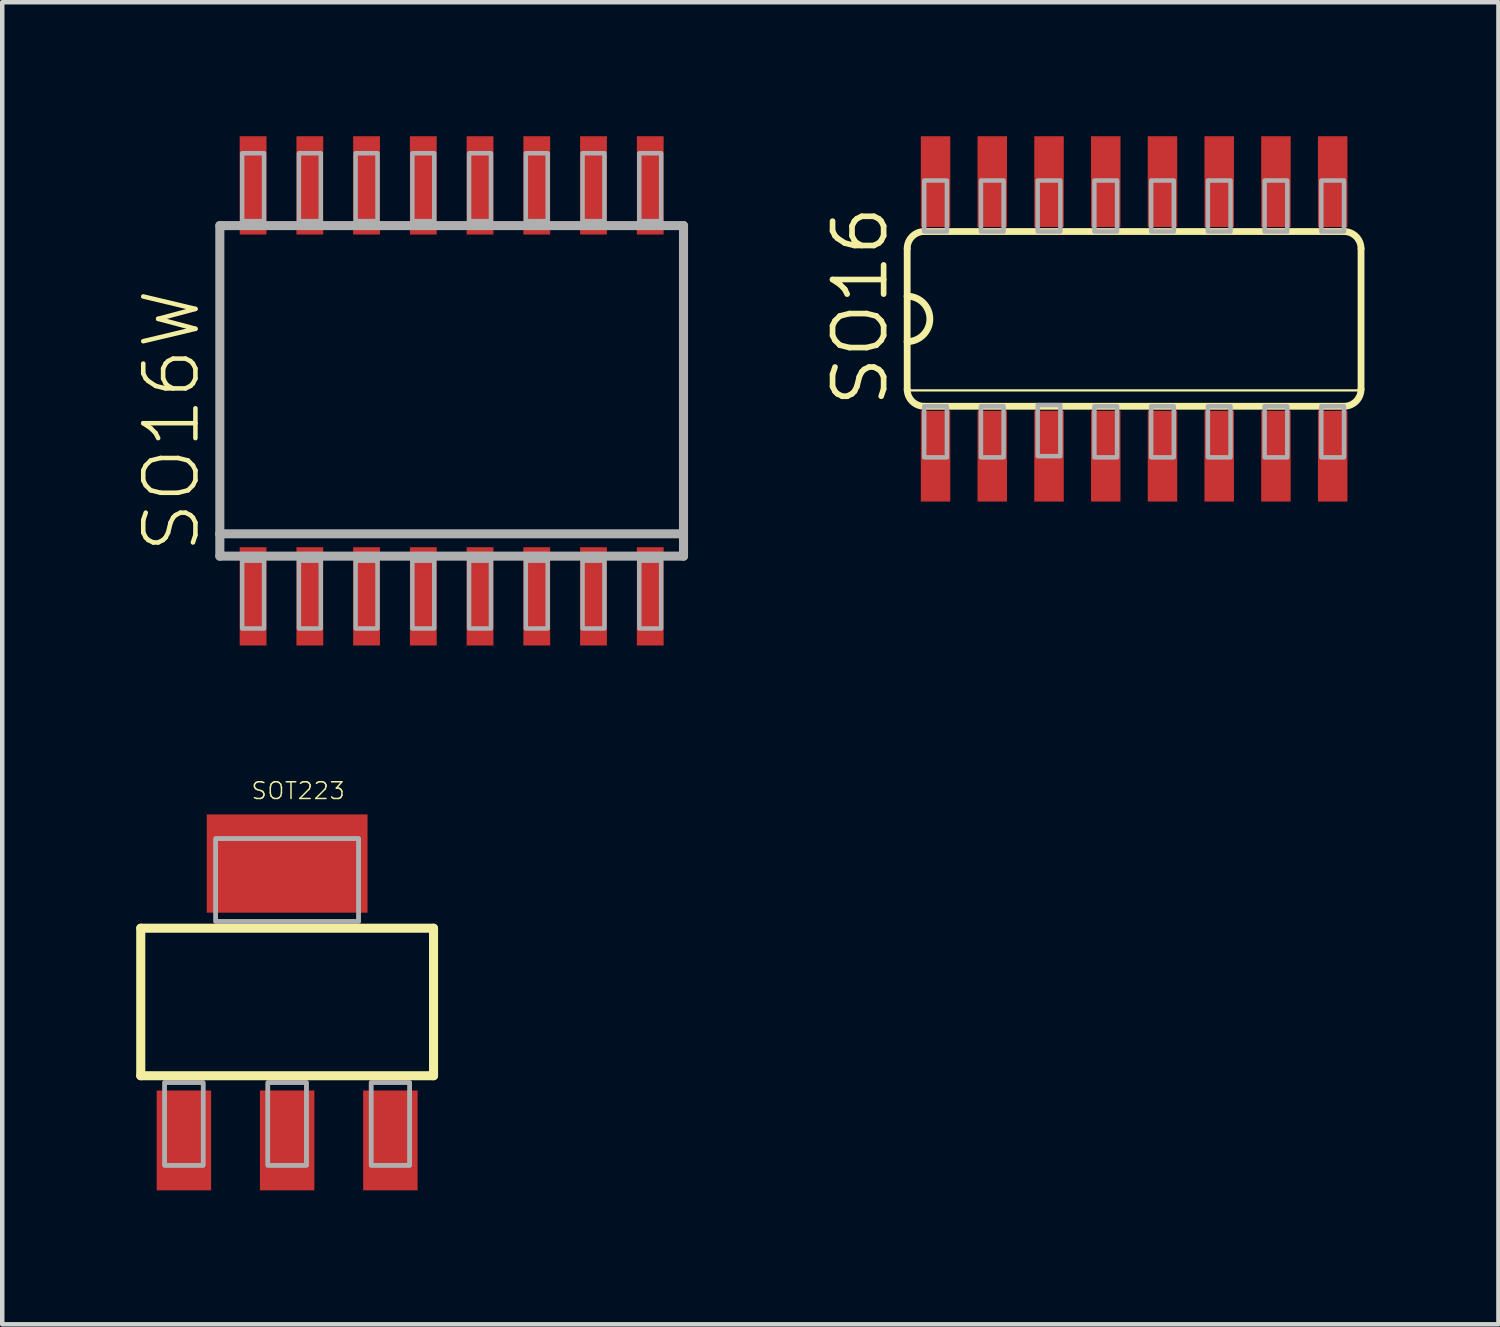
<source format=kicad_pcb>
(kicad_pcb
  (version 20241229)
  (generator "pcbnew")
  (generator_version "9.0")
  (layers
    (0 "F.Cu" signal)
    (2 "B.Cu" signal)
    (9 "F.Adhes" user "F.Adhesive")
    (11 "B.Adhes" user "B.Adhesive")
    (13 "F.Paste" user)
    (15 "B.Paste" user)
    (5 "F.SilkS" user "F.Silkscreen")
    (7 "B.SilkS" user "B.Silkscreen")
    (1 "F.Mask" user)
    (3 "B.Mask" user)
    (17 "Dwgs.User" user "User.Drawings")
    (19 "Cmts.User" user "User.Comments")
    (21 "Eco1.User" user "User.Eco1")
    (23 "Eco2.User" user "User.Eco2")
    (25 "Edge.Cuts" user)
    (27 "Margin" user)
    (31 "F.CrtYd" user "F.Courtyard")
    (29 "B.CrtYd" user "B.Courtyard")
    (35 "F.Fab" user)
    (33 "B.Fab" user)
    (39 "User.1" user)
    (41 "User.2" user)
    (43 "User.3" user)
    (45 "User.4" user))
  (footprint "SOT223"
    (layer "F.Cu")
    (at 3.378 19.38)
    (property "Reference" "SOT223" (at -0.826 -4.508 0) (layer "F.SilkS") (effects (font (size 0.374 0.374) (thickness 0.033)) (justify left bottom)))
    (fp_line (start -3.277 -1.651) (end 3.277 -1.651) (stroke (width 0.203) (type solid)) (layer "F.SilkS"))
    (fp_line (start -3.277 1.651) (end -3.277 -1.651) (stroke (width 0.203) (type solid)) (layer "F.SilkS"))
    (fp_line (start 3.277 -1.651) (end 3.277 1.651) (stroke (width 0.203) (type solid)) (layer "F.SilkS"))
    (fp_line (start 3.277 1.651) (end -3.277 1.651) (stroke (width 0.203) (type solid)) (layer "F.SilkS"))
    (fp_poly (pts (xy -2.743 3.658) (xy -1.88 3.658) (xy -1.88 1.803) (xy -2.743 1.803)) (stroke (width 0.1) (type default)) (fill no) (layer "F.Fab"))
    (fp_poly (pts (xy -2.743 3.658) (xy -1.88 3.658) (xy -1.88 1.803) (xy -2.743 1.803)) (stroke (width 0.1) (type default)) (fill no) (layer "F.Fab"))
    (fp_poly (pts (xy -1.6 -1.803) (xy 1.6 -1.803) (xy 1.6 -3.658) (xy -1.6 -3.658)) (stroke (width 0.1) (type default)) (fill no) (layer "F.Fab"))
    (fp_poly (pts (xy -1.6 -1.803) (xy 1.6 -1.803) (xy 1.6 -3.658) (xy -1.6 -3.658)) (stroke (width 0.1) (type default)) (fill no) (layer "F.Fab"))
    (fp_poly (pts (xy -0.432 3.658) (xy 0.432 3.658) (xy 0.432 1.803) (xy -0.432 1.803)) (stroke (width 0.1) (type default)) (fill no) (layer "F.Fab"))
    (fp_poly (pts (xy -0.432 3.658) (xy 0.432 3.658) (xy 0.432 1.803) (xy -0.432 1.803)) (stroke (width 0.1) (type default)) (fill no) (layer "F.Fab"))
    (fp_poly (pts (xy 1.88 3.658) (xy 2.743 3.658) (xy 2.743 1.803) (xy 1.88 1.803)) (stroke (width 0.1) (type default)) (fill no) (layer "F.Fab"))
    (fp_poly (pts (xy 1.88 3.658) (xy 2.743 3.658) (xy 2.743 1.803) (xy 1.88 1.803)) (stroke (width 0.1) (type default)) (fill no) (layer "F.Fab"))
    (pad "1" smd rect (at -2.311 3.099) (size 1.219 2.235) (layers "F.Cu" "F.Mask" "F.Paste"))
    (pad "2" smd rect (at 0 3.099) (size 1.219 2.235) (layers "F.Cu" "F.Mask" "F.Paste"))
    (pad "3" smd rect (at 2.311 3.099) (size 1.219 2.235) (layers "F.Cu" "F.Mask" "F.Paste"))
    (pad "4" smd rect (at 0 -3.099) (size 3.6 2.2) (layers "F.Cu" "F.Mask" "F.Paste")))
  (footprint "SO16"
    (layer "F.Cu")
    (at 22.338 4.089)
    (property "Reference" "SO16" (at -5.461 2.032 90) (layer "F.SilkS") (effects (font (size 1.143 1.143) (thickness 0.127)) (justify left bottom)))
    (fp_line (start -5.08 -1.575) (end -5.08 -0.508) (stroke (width 0.152) (type solid)) (layer "F.SilkS"))
    (fp_line (start -5.08 -0.508) (end -5.08 0.508) (stroke (width 0.152) (type solid)) (layer "F.SilkS"))
    (fp_line (start -5.08 0.508) (end -5.08 1.575) (stroke (width 0.152) (type solid)) (layer "F.SilkS"))
    (fp_line (start -5.08 1.6) (end 5.08 1.6) (stroke (width 0.051) (type solid)) (layer "F.SilkS"))
    (fp_line (start -4.699 1.956) (end 4.699 1.956) (stroke (width 0.152) (type solid)) (layer "F.SilkS"))
    (fp_line (start 4.699 -1.956) (end -4.699 -1.956) (stroke (width 0.152) (type solid)) (layer "F.SilkS"))
    (fp_line (start 5.08 1.575) (end 5.08 -1.575) (stroke (width 0.152) (type solid)) (layer "F.SilkS"))
    (fp_arc (start -5.08 -1.5748) (mid -4.968408 -1.844208) (end -4.699 -1.9558) (stroke (width 0.1524) (type solid)) (layer "F.SilkS"))
    (fp_arc (start -5.08 -0.508) (mid -4.572 0) (end -5.08 0.508) (stroke (width 0.1524) (type solid)) (layer "F.SilkS"))
    (fp_arc (start -4.699 1.9558) (mid -4.968408 1.844208) (end -5.08 1.5748) (stroke (width 0.1524) (type solid)) (layer "F.SilkS"))
    (fp_arc (start 4.699 -1.9558) (mid 4.968408 -1.844208) (end 5.08 -1.5748) (stroke (width 0.1524) (type solid)) (layer "F.SilkS"))
    (fp_arc (start 5.08 1.5748) (mid 4.968408 1.844208) (end 4.699 1.9558) (stroke (width 0.1524) (type solid)) (layer "F.SilkS"))
    (fp_poly (pts (xy -4.699 -1.956) (xy -4.191 -1.956) (xy -4.191 -3.099) (xy -4.699 -3.099)) (stroke (width 0.1) (type default)) (fill no) (layer "F.Fab"))
    (fp_poly (pts (xy -4.699 3.099) (xy -4.191 3.099) (xy -4.191 1.956) (xy -4.699 1.956)) (stroke (width 0.1) (type default)) (fill no) (layer "F.Fab"))
    (fp_poly (pts (xy -3.429 -1.956) (xy -2.921 -1.956) (xy -2.921 -3.099) (xy -3.429 -3.099)) (stroke (width 0.1) (type default)) (fill no) (layer "F.Fab"))
    (fp_poly (pts (xy -3.429 3.099) (xy -2.921 3.099) (xy -2.921 1.956) (xy -3.429 1.956)) (stroke (width 0.1) (type default)) (fill no) (layer "F.Fab"))
    (fp_poly (pts (xy -2.159 -1.956) (xy -1.651 -1.956) (xy -1.651 -3.099) (xy -2.159 -3.099)) (stroke (width 0.1) (type default)) (fill no) (layer "F.Fab"))
    (fp_poly (pts (xy -2.159 3.073) (xy -1.651 3.073) (xy -1.651 1.93) (xy -2.159 1.93)) (stroke (width 0.1) (type default)) (fill no) (layer "F.Fab"))
    (fp_poly (pts (xy -0.889 -1.956) (xy -0.381 -1.956) (xy -0.381 -3.099) (xy -0.889 -3.099)) (stroke (width 0.1) (type default)) (fill no) (layer "F.Fab"))
    (fp_poly (pts (xy -0.889 3.099) (xy -0.381 3.099) (xy -0.381 1.956) (xy -0.889 1.956)) (stroke (width 0.1) (type default)) (fill no) (layer "F.Fab"))
    (fp_poly (pts (xy 0.381 -1.956) (xy 0.889 -1.956) (xy 0.889 -3.099) (xy 0.381 -3.099)) (stroke (width 0.1) (type default)) (fill no) (layer "F.Fab"))
    (fp_poly (pts (xy 0.381 3.099) (xy 0.889 3.099) (xy 0.889 1.956) (xy 0.381 1.956)) (stroke (width 0.1) (type default)) (fill no) (layer "F.Fab"))
    (fp_poly (pts (xy 1.651 -1.956) (xy 2.159 -1.956) (xy 2.159 -3.099) (xy 1.651 -3.099)) (stroke (width 0.1) (type default)) (fill no) (layer "F.Fab"))
    (fp_poly (pts (xy 1.651 3.099) (xy 2.159 3.099) (xy 2.159 1.956) (xy 1.651 1.956)) (stroke (width 0.1) (type default)) (fill no) (layer "F.Fab"))
    (fp_poly (pts (xy 2.921 -1.956) (xy 3.429 -1.956) (xy 3.429 -3.099) (xy 2.921 -3.099)) (stroke (width 0.1) (type default)) (fill no) (layer "F.Fab"))
    (fp_poly (pts (xy 2.921 3.099) (xy 3.429 3.099) (xy 3.429 1.956) (xy 2.921 1.956)) (stroke (width 0.1) (type default)) (fill no) (layer "F.Fab"))
    (fp_poly (pts (xy 4.191 -1.956) (xy 4.699 -1.956) (xy 4.699 -3.099) (xy 4.191 -3.099)) (stroke (width 0.1) (type default)) (fill no) (layer "F.Fab"))
    (fp_poly (pts (xy 4.191 3.099) (xy 4.699 3.099) (xy 4.699 1.956) (xy 4.191 1.956)) (stroke (width 0.1) (type default)) (fill no) (layer "F.Fab"))
    (pad "1" smd rect (at -4.445 3.073) (size 0.66 2.032) (layers "F.Cu" "F.Mask" "F.Paste"))
    (pad "2" smd rect (at -3.175 3.073) (size 0.66 2.032) (layers "F.Cu" "F.Mask" "F.Paste"))
    (pad "3" smd rect (at -1.905 3.073) (size 0.66 2.032) (layers "F.Cu" "F.Mask" "F.Paste"))
    (pad "4" smd rect (at -0.635 3.073) (size 0.66 2.032) (layers "F.Cu" "F.Mask" "F.Paste"))
    (pad "5" smd rect (at 0.635 3.073) (size 0.66 2.032) (layers "F.Cu" "F.Mask" "F.Paste"))
    (pad "6" smd rect (at 1.905 3.073) (size 0.66 2.032) (layers "F.Cu" "F.Mask" "F.Paste"))
    (pad "7" smd rect (at 3.175 3.073) (size 0.66 2.032) (layers "F.Cu" "F.Mask" "F.Paste"))
    (pad "8" smd rect (at 4.445 3.073) (size 0.66 2.032) (layers "F.Cu" "F.Mask" "F.Paste"))
    (pad "9" smd rect (at 4.445 -3.073) (size 0.66 2.032) (layers "F.Cu" "F.Mask" "F.Paste"))
    (pad "10" smd rect (at 3.175 -3.073) (size 0.66 2.032) (layers "F.Cu" "F.Mask" "F.Paste"))
    (pad "11" smd rect (at 1.905 -3.073) (size 0.66 2.032) (layers "F.Cu" "F.Mask" "F.Paste"))
    (pad "12" smd rect (at 0.635 -3.073) (size 0.66 2.032) (layers "F.Cu" "F.Mask" "F.Paste"))
    (pad "13" smd rect (at -0.635 -3.073) (size 0.66 2.032) (layers "F.Cu" "F.Mask" "F.Paste"))
    (pad "14" smd rect (at -1.905 -3.073) (size 0.66 2.032) (layers "F.Cu" "F.Mask" "F.Paste"))
    (pad "15" smd rect (at -3.175 -3.073) (size 0.66 2.032) (layers "F.Cu" "F.Mask" "F.Paste"))
    (pad "16" smd rect (at -4.445 -3.073) (size 0.66 2.032) (layers "F.Cu" "F.Mask" "F.Paste")))
  (footprint "SO16W"
    (layer "F.Cu")
    (at 7.061 5.7)
    (property "Reference" "SO16W" (at -5.588 3.683 90) (layer "F.SilkS") (effects (font (size 1.168 1.168) (thickness 0.102)) (justify left bottom)))
    (fp_line (start -5.19 -3.7) (end 5.19 -3.7) (stroke (width 0.203) (type solid)) (layer "F.Fab"))
    (fp_line (start -5.19 3.2) (end -5.19 -3.7) (stroke (width 0.203) (type solid)) (layer "F.Fab"))
    (fp_line (start -5.19 3.7) (end -5.19 3.2) (stroke (width 0.203) (type solid)) (layer "F.Fab"))
    (fp_line (start 5.19 -3.7) (end 5.19 3.2) (stroke (width 0.203) (type solid)) (layer "F.Fab"))
    (fp_line (start 5.19 3.2) (end -5.19 3.2) (stroke (width 0.203) (type solid)) (layer "F.Fab"))
    (fp_line (start 5.19 3.2) (end 5.19 3.7) (stroke (width 0.203) (type solid)) (layer "F.Fab"))
    (fp_line (start 5.19 3.7) (end -5.19 3.7) (stroke (width 0.203) (type solid)) (layer "F.Fab"))
    (fp_poly (pts (xy -4.69 -3.8) (xy -4.2 -3.8) (xy -4.2 -5.32) (xy -4.69 -5.32)) (stroke (width 0.1) (type default)) (fill no) (layer "F.Fab"))
    (fp_poly (pts (xy -4.69 5.32) (xy -4.2 5.32) (xy -4.2 3.8) (xy -4.69 3.8)) (stroke (width 0.1) (type default)) (fill no) (layer "F.Fab"))
    (fp_poly (pts (xy -3.42 -3.8) (xy -2.93 -3.8) (xy -2.93 -5.32) (xy -3.42 -5.32)) (stroke (width 0.1) (type default)) (fill no) (layer "F.Fab"))
    (fp_poly (pts (xy -3.42 5.32) (xy -2.93 5.32) (xy -2.93 3.8) (xy -3.42 3.8)) (stroke (width 0.1) (type default)) (fill no) (layer "F.Fab"))
    (fp_poly (pts (xy -2.15 -3.8) (xy -1.66 -3.8) (xy -1.66 -5.32) (xy -2.15 -5.32)) (stroke (width 0.1) (type default)) (fill no) (layer "F.Fab"))
    (fp_poly (pts (xy -2.15 5.32) (xy -1.66 5.32) (xy -1.66 3.8) (xy -2.15 3.8)) (stroke (width 0.1) (type default)) (fill no) (layer "F.Fab"))
    (fp_poly (pts (xy -0.88 -3.8) (xy -0.39 -3.8) (xy -0.39 -5.32) (xy -0.88 -5.32)) (stroke (width 0.1) (type default)) (fill no) (layer "F.Fab"))
    (fp_poly (pts (xy -0.88 5.32) (xy -0.39 5.32) (xy -0.39 3.8) (xy -0.88 3.8)) (stroke (width 0.1) (type default)) (fill no) (layer "F.Fab"))
    (fp_poly (pts (xy 0.39 -3.8) (xy 0.88 -3.8) (xy 0.88 -5.32) (xy 0.39 -5.32)) (stroke (width 0.1) (type default)) (fill no) (layer "F.Fab"))
    (fp_poly (pts (xy 0.39 5.32) (xy 0.88 5.32) (xy 0.88 3.8) (xy 0.39 3.8)) (stroke (width 0.1) (type default)) (fill no) (layer "F.Fab"))
    (fp_poly (pts (xy 1.66 -3.8) (xy 2.15 -3.8) (xy 2.15 -5.32) (xy 1.66 -5.32)) (stroke (width 0.1) (type default)) (fill no) (layer "F.Fab"))
    (fp_poly (pts (xy 1.66 5.32) (xy 2.15 5.32) (xy 2.15 3.8) (xy 1.66 3.8)) (stroke (width 0.1) (type default)) (fill no) (layer "F.Fab"))
    (fp_poly (pts (xy 2.93 -3.8) (xy 3.42 -3.8) (xy 3.42 -5.32) (xy 2.93 -5.32)) (stroke (width 0.1) (type default)) (fill no) (layer "F.Fab"))
    (fp_poly (pts (xy 2.93 5.32) (xy 3.42 5.32) (xy 3.42 3.8) (xy 2.93 3.8)) (stroke (width 0.1) (type default)) (fill no) (layer "F.Fab"))
    (fp_poly (pts (xy 4.2 -3.8) (xy 4.69 -3.8) (xy 4.69 -5.32) (xy 4.2 -5.32)) (stroke (width 0.1) (type default)) (fill no) (layer "F.Fab"))
    (fp_poly (pts (xy 4.2 5.32) (xy 4.69 5.32) (xy 4.69 3.8) (xy 4.2 3.8)) (stroke (width 0.1) (type default)) (fill no) (layer "F.Fab"))
    (pad "1" smd rect (at -4.445 4.6) (size 0.6 2.2) (layers "F.Cu" "F.Mask" "F.Paste"))
    (pad "2" smd rect (at -3.175 4.6) (size 0.6 2.2) (layers "F.Cu" "F.Mask" "F.Paste"))
    (pad "3" smd rect (at -1.905 4.6) (size 0.6 2.2) (layers "F.Cu" "F.Mask" "F.Paste"))
    (pad "4" smd rect (at -0.635 4.6) (size 0.6 2.2) (layers "F.Cu" "F.Mask" "F.Paste"))
    (pad "5" smd rect (at 0.635 4.6) (size 0.6 2.2) (layers "F.Cu" "F.Mask" "F.Paste"))
    (pad "6" smd rect (at 1.905 4.6) (size 0.6 2.2) (layers "F.Cu" "F.Mask" "F.Paste"))
    (pad "7" smd rect (at 3.175 4.6) (size 0.6 2.2) (layers "F.Cu" "F.Mask" "F.Paste"))
    (pad "8" smd rect (at 4.445 4.6) (size 0.6 2.2) (layers "F.Cu" "F.Mask" "F.Paste"))
    (pad "9" smd rect (at 4.445 -4.6) (size 0.6 2.2) (layers "F.Cu" "F.Mask" "F.Paste"))
    (pad "10" smd rect (at 3.175 -4.6) (size 0.6 2.2) (layers "F.Cu" "F.Mask" "F.Paste"))
    (pad "11" smd rect (at 1.905 -4.6) (size 0.6 2.2) (layers "F.Cu" "F.Mask" "F.Paste"))
    (pad "12" smd rect (at 0.635 -4.6) (size 0.6 2.2) (layers "F.Cu" "F.Mask" "F.Paste"))
    (pad "13" smd rect (at -0.635 -4.6) (size 0.6 2.2) (layers "F.Cu" "F.Mask" "F.Paste"))
    (pad "14" smd rect (at -1.905 -4.6) (size 0.6 2.2) (layers "F.Cu" "F.Mask" "F.Paste"))
    (pad "15" smd rect (at -3.175 -4.6) (size 0.6 2.2) (layers "F.Cu" "F.Mask" "F.Paste"))
    (pad "16" smd rect (at -4.445 -4.6) (size 0.6 2.2) (layers "F.Cu" "F.Mask" "F.Paste")))
  (gr_rect
    (start -3 -3)
    (end 30.494 26.596)
    (stroke (width 0.1) (type default))
    (fill no)
    (layer "Edge.Cuts")))
</source>
